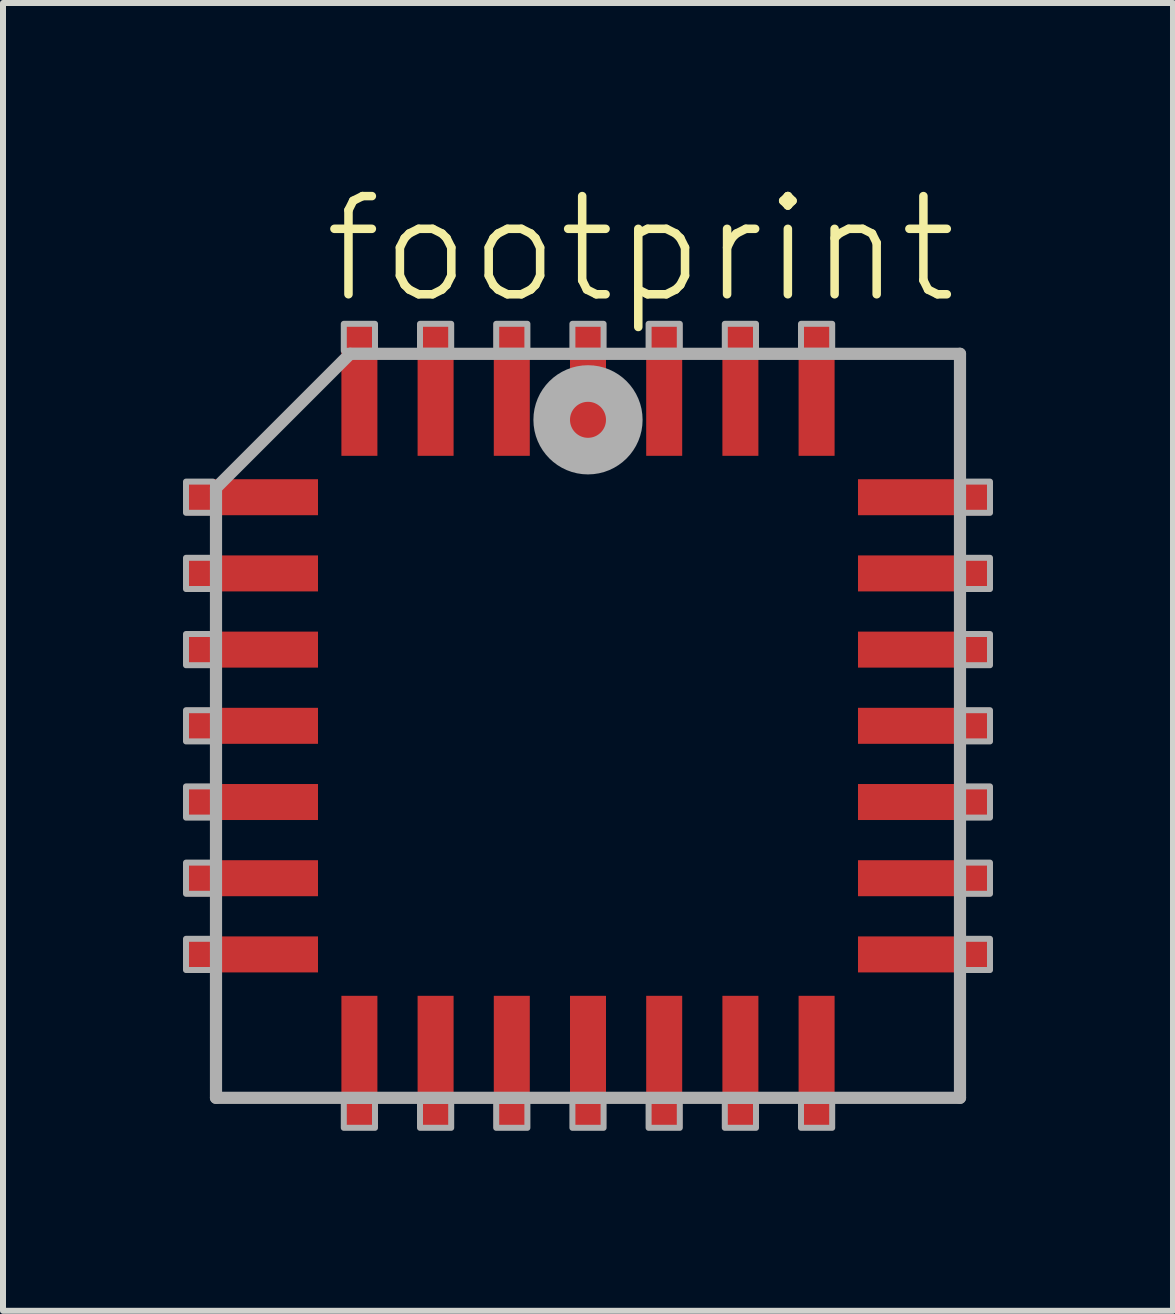
<source format=kicad_pcb>
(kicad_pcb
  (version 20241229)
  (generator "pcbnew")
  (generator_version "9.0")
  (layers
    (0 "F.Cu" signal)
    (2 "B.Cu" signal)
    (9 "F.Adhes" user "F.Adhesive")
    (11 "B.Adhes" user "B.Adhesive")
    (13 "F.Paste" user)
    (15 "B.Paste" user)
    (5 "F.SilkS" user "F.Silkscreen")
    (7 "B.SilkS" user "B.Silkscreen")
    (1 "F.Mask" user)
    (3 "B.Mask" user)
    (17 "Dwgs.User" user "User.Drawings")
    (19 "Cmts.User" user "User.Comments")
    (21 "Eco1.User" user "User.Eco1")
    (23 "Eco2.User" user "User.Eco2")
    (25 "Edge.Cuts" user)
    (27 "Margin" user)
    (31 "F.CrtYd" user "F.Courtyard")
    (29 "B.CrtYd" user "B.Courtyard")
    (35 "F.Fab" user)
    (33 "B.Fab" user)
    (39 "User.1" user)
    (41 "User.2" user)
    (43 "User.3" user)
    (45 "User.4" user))
  (footprint "footprint"
    (layer "F.Cu")
    (at 6.75 9.047)
    (property "Reference" "footprint" (at -4.475 -6.985 0) (layer "F.SilkS") (effects (font (size 1.636 1.636) (thickness 0.142)) (justify left bottom)))
    (fp_line (start -6.2 -3.965) (end -6.2 6.2) (stroke (width 0.203) (type solid)) (layer "F.Fab"))
    (fp_line (start -6.2 6.2) (end 6.2 6.2) (stroke (width 0.203) (type solid)) (layer "F.Fab"))
    (fp_line (start -3.965 -6.2) (end -6.2 -3.965) (stroke (width 0.203) (type solid)) (layer "F.Fab"))
    (fp_line (start 6.2 -6.2) (end -3.965 -6.2) (stroke (width 0.203) (type solid)) (layer "F.Fab"))
    (fp_line (start 6.2 6.2) (end 6.2 -6.2) (stroke (width 0.203) (type solid)) (layer "F.Fab"))
    (fp_circle (center 0 -5.1) (end 0.3 -5.1) (stroke (width 0.61) (type solid)) (fill no) (layer "F.Fab"))
    (fp_poly (pts (xy -6.7 -3.55) (xy -6.25 -3.55) (xy -6.25 -4.07) (xy -6.7 -4.07)) (stroke (width 0.1) (type solid)) (fill no) (layer "F.Fab"))
    (fp_poly (pts (xy -6.7 -2.28) (xy -6.25 -2.28) (xy -6.25 -2.8) (xy -6.7 -2.8)) (stroke (width 0.1) (type solid)) (fill no) (layer "F.Fab"))
    (fp_poly (pts (xy -6.7 -1.01) (xy -6.25 -1.01) (xy -6.25 -1.53) (xy -6.7 -1.53)) (stroke (width 0.1) (type solid)) (fill no) (layer "F.Fab"))
    (fp_poly (pts (xy -6.7 0.26) (xy -6.25 0.26) (xy -6.25 -0.26) (xy -6.7 -0.26)) (stroke (width 0.1) (type solid)) (fill no) (layer "F.Fab"))
    (fp_poly (pts (xy -6.7 1.53) (xy -6.25 1.53) (xy -6.25 1.01) (xy -6.7 1.01)) (stroke (width 0.1) (type solid)) (fill no) (layer "F.Fab"))
    (fp_poly (pts (xy -6.7 2.8) (xy -6.25 2.8) (xy -6.25 2.28) (xy -6.7 2.28)) (stroke (width 0.1) (type solid)) (fill no) (layer "F.Fab"))
    (fp_poly (pts (xy -6.7 4.07) (xy -6.25 4.07) (xy -6.25 3.55) (xy -6.7 3.55)) (stroke (width 0.1) (type solid)) (fill no) (layer "F.Fab"))
    (fp_poly (pts (xy -4.07 -6.25) (xy -3.55 -6.25) (xy -3.55 -6.7) (xy -4.07 -6.7)) (stroke (width 0.1) (type solid)) (fill no) (layer "F.Fab"))
    (fp_poly (pts (xy -4.07 6.7) (xy -3.55 6.7) (xy -3.55 6.25) (xy -4.07 6.25)) (stroke (width 0.1) (type solid)) (fill no) (layer "F.Fab"))
    (fp_poly (pts (xy -2.8 -6.25) (xy -2.28 -6.25) (xy -2.28 -6.7) (xy -2.8 -6.7)) (stroke (width 0.1) (type solid)) (fill no) (layer "F.Fab"))
    (fp_poly (pts (xy -2.8 6.7) (xy -2.28 6.7) (xy -2.28 6.25) (xy -2.8 6.25)) (stroke (width 0.1) (type solid)) (fill no) (layer "F.Fab"))
    (fp_poly (pts (xy -1.53 -6.25) (xy -1.01 -6.25) (xy -1.01 -6.7) (xy -1.53 -6.7)) (stroke (width 0.1) (type solid)) (fill no) (layer "F.Fab"))
    (fp_poly (pts (xy -1.53 6.7) (xy -1.01 6.7) (xy -1.01 6.25) (xy -1.53 6.25)) (stroke (width 0.1) (type solid)) (fill no) (layer "F.Fab"))
    (fp_poly (pts (xy -0.26 -6.25) (xy 0.26 -6.25) (xy 0.26 -6.7) (xy -0.26 -6.7)) (stroke (width 0.1) (type solid)) (fill no) (layer "F.Fab"))
    (fp_poly (pts (xy -0.26 6.7) (xy 0.26 6.7) (xy 0.26 6.25) (xy -0.26 6.25)) (stroke (width 0.1) (type solid)) (fill no) (layer "F.Fab"))
    (fp_poly (pts (xy 1.01 -6.25) (xy 1.53 -6.25) (xy 1.53 -6.7) (xy 1.01 -6.7)) (stroke (width 0.1) (type solid)) (fill no) (layer "F.Fab"))
    (fp_poly (pts (xy 1.01 6.7) (xy 1.53 6.7) (xy 1.53 6.25) (xy 1.01 6.25)) (stroke (width 0.1) (type solid)) (fill no) (layer "F.Fab"))
    (fp_poly (pts (xy 2.28 -6.25) (xy 2.8 -6.25) (xy 2.8 -6.7) (xy 2.28 -6.7)) (stroke (width 0.1) (type solid)) (fill no) (layer "F.Fab"))
    (fp_poly (pts (xy 2.28 6.7) (xy 2.8 6.7) (xy 2.8 6.25) (xy 2.28 6.25)) (stroke (width 0.1) (type solid)) (fill no) (layer "F.Fab"))
    (fp_poly (pts (xy 3.55 -6.25) (xy 4.07 -6.25) (xy 4.07 -6.7) (xy 3.55 -6.7)) (stroke (width 0.1) (type solid)) (fill no) (layer "F.Fab"))
    (fp_poly (pts (xy 3.55 6.7) (xy 4.07 6.7) (xy 4.07 6.25) (xy 3.55 6.25)) (stroke (width 0.1) (type solid)) (fill no) (layer "F.Fab"))
    (fp_poly (pts (xy 6.25 -3.55) (xy 6.7 -3.55) (xy 6.7 -4.07) (xy 6.25 -4.07)) (stroke (width 0.1) (type solid)) (fill no) (layer "F.Fab"))
    (fp_poly (pts (xy 6.25 -2.28) (xy 6.7 -2.28) (xy 6.7 -2.8) (xy 6.25 -2.8)) (stroke (width 0.1) (type solid)) (fill no) (layer "F.Fab"))
    (fp_poly (pts (xy 6.25 -1.01) (xy 6.7 -1.01) (xy 6.7 -1.53) (xy 6.25 -1.53)) (stroke (width 0.1) (type solid)) (fill no) (layer "F.Fab"))
    (fp_poly (pts (xy 6.25 0.26) (xy 6.7 0.26) (xy 6.7 -0.26) (xy 6.25 -0.26)) (stroke (width 0.1) (type solid)) (fill no) (layer "F.Fab"))
    (fp_poly (pts (xy 6.25 1.53) (xy 6.7 1.53) (xy 6.7 1.01) (xy 6.25 1.01)) (stroke (width 0.1) (type solid)) (fill no) (layer "F.Fab"))
    (fp_poly (pts (xy 6.25 2.8) (xy 6.7 2.8) (xy 6.7 2.28) (xy 6.25 2.28)) (stroke (width 0.1) (type solid)) (fill no) (layer "F.Fab"))
    (fp_poly (pts (xy 6.25 4.07) (xy 6.7 4.07) (xy 6.7 3.55) (xy 6.25 3.55)) (stroke (width 0.1) (type solid)) (fill no) (layer "F.Fab"))
    (pad "1" smd rect (at 0 -5.6) (size 0.6 2.2) (layers "F.Cu" "F.Mask" "F.Paste"))
    (pad "2" smd rect (at -1.27 -5.6) (size 0.6 2.2) (layers "F.Cu" "F.Mask" "F.Paste"))
    (pad "3" smd rect (at -2.54 -5.6) (size 0.6 2.2) (layers "F.Cu" "F.Mask" "F.Paste"))
    (pad "4" smd rect (at -3.81 -5.6) (size 0.6 2.2) (layers "F.Cu" "F.Mask" "F.Paste"))
    (pad "5" smd rect (at -5.6 -3.81) (size 2.2 0.6) (layers "F.Cu" "F.Mask" "F.Paste"))
    (pad "6" smd rect (at -5.6 -2.54) (size 2.2 0.6) (layers "F.Cu" "F.Mask" "F.Paste"))
    (pad "7" smd rect (at -5.6 -1.27) (size 2.2 0.6) (layers "F.Cu" "F.Mask" "F.Paste"))
    (pad "8" smd rect (at -5.6 0) (size 2.2 0.6) (layers "F.Cu" "F.Mask" "F.Paste"))
    (pad "9" smd rect (at -5.6 1.27) (size 2.2 0.6) (layers "F.Cu" "F.Mask" "F.Paste"))
    (pad "10" smd rect (at -5.6 2.54) (size 2.2 0.6) (layers "F.Cu" "F.Mask" "F.Paste"))
    (pad "11" smd rect (at -5.6 3.81) (size 2.2 0.6) (layers "F.Cu" "F.Mask" "F.Paste"))
    (pad "12" smd rect (at -3.81 5.6) (size 0.6 2.2) (layers "F.Cu" "F.Mask" "F.Paste"))
    (pad "13" smd rect (at -2.54 5.6) (size 0.6 2.2) (layers "F.Cu" "F.Mask" "F.Paste"))
    (pad "14" smd rect (at -1.27 5.6) (size 0.6 2.2) (layers "F.Cu" "F.Mask" "F.Paste"))
    (pad "15" smd rect (at 0 5.6) (size 0.6 2.2) (layers "F.Cu" "F.Mask" "F.Paste"))
    (pad "16" smd rect (at 1.27 5.6) (size 0.6 2.2) (layers "F.Cu" "F.Mask" "F.Paste"))
    (pad "17" smd rect (at 2.54 5.6) (size 0.6 2.2) (layers "F.Cu" "F.Mask" "F.Paste"))
    (pad "18" smd rect (at 3.81 5.6) (size 0.6 2.2) (layers "F.Cu" "F.Mask" "F.Paste"))
    (pad "19" smd rect (at 5.6 3.81) (size 2.2 0.6) (layers "F.Cu" "F.Mask" "F.Paste"))
    (pad "20" smd rect (at 5.6 2.54) (size 2.2 0.6) (layers "F.Cu" "F.Mask" "F.Paste"))
    (pad "21" smd rect (at 5.6 1.27) (size 2.2 0.6) (layers "F.Cu" "F.Mask" "F.Paste"))
    (pad "22" smd rect (at 5.6 0) (size 2.2 0.6) (layers "F.Cu" "F.Mask" "F.Paste"))
    (pad "23" smd rect (at 5.6 -1.27) (size 2.2 0.6) (layers "F.Cu" "F.Mask" "F.Paste"))
    (pad "24" smd rect (at 5.6 -2.54) (size 2.2 0.6) (layers "F.Cu" "F.Mask" "F.Paste"))
    (pad "25" smd rect (at 5.6 -3.81) (size 2.2 0.6) (layers "F.Cu" "F.Mask" "F.Paste"))
    (pad "26" smd rect (at 3.81 -5.6) (size 0.6 2.2) (layers "F.Cu" "F.Mask" "F.Paste"))
    (pad "27" smd rect (at 2.54 -5.6) (size 0.6 2.2) (layers "F.Cu" "F.Mask" "F.Paste"))
    (pad "28" smd rect (at 1.27 -5.6) (size 0.6 2.2) (layers "F.Cu" "F.Mask" "F.Paste")))
  (gr_rect
    (start -3 -3)
    (end 16.5 18.797)
    (stroke (width 0.1) (type default))
    (fill no)
    (layer "Edge.Cuts")))
</source>
